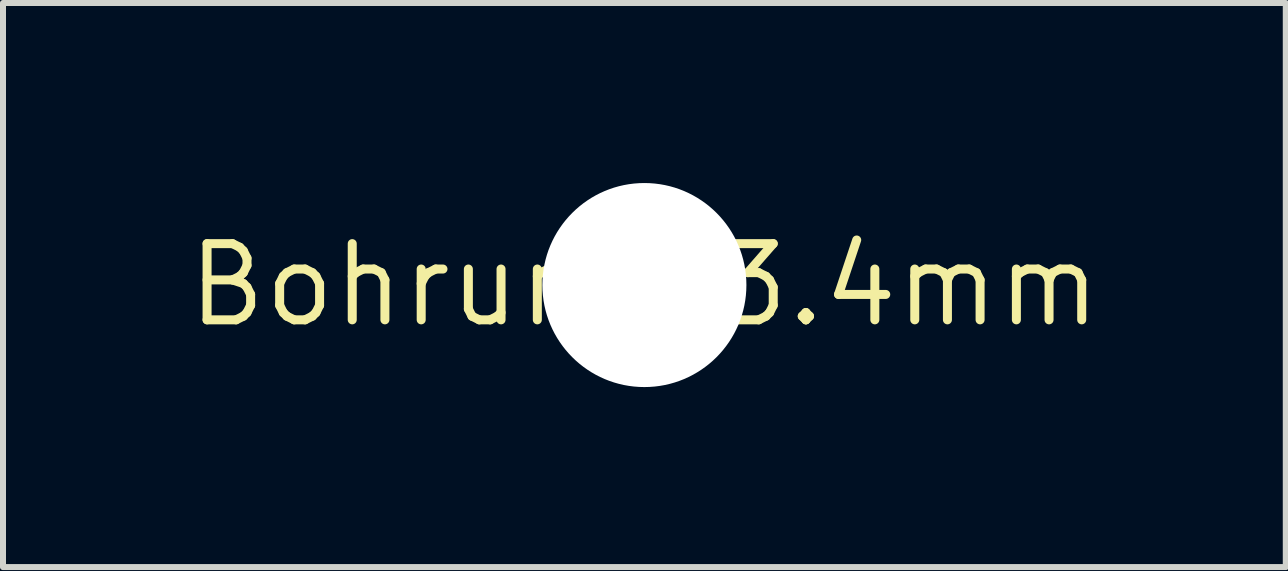
<source format=kicad_pcb>
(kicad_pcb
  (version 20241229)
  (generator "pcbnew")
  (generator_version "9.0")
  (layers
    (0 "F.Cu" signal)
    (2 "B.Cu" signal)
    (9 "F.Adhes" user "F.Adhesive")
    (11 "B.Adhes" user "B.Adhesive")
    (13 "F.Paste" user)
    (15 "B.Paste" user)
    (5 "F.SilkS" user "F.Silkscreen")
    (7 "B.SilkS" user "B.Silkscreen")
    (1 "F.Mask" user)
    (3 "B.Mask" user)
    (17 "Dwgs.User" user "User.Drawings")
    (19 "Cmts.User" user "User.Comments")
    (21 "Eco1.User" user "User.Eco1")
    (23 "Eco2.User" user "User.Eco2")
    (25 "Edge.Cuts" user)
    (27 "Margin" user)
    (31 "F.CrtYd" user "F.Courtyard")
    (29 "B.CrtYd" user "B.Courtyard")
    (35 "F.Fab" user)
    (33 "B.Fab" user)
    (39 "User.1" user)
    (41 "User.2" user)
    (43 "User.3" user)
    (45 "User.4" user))
  (footprint "Bohrung_3.4mm"
    (layer "F.Cu")
    (at 7.688 1.7)
    (property "Reference" "Bohrung_3.4mm" (at 0 0 0) (layer "F.SilkS") (effects (font (size 1.27 1.27) (thickness 0.15))))
    (attr through_hole)
    (pad "" np_thru_hole circle (at 0 0) (size 3.4 3.4) (drill 3.4) (layers "*.Cu" "*.Mask")))
  (gr_rect
    (start -3 -3)
    (end 18.376 6.4)
    (stroke (width 0.1) (type default))
    (fill no)
    (layer "Edge.Cuts")))
</source>
